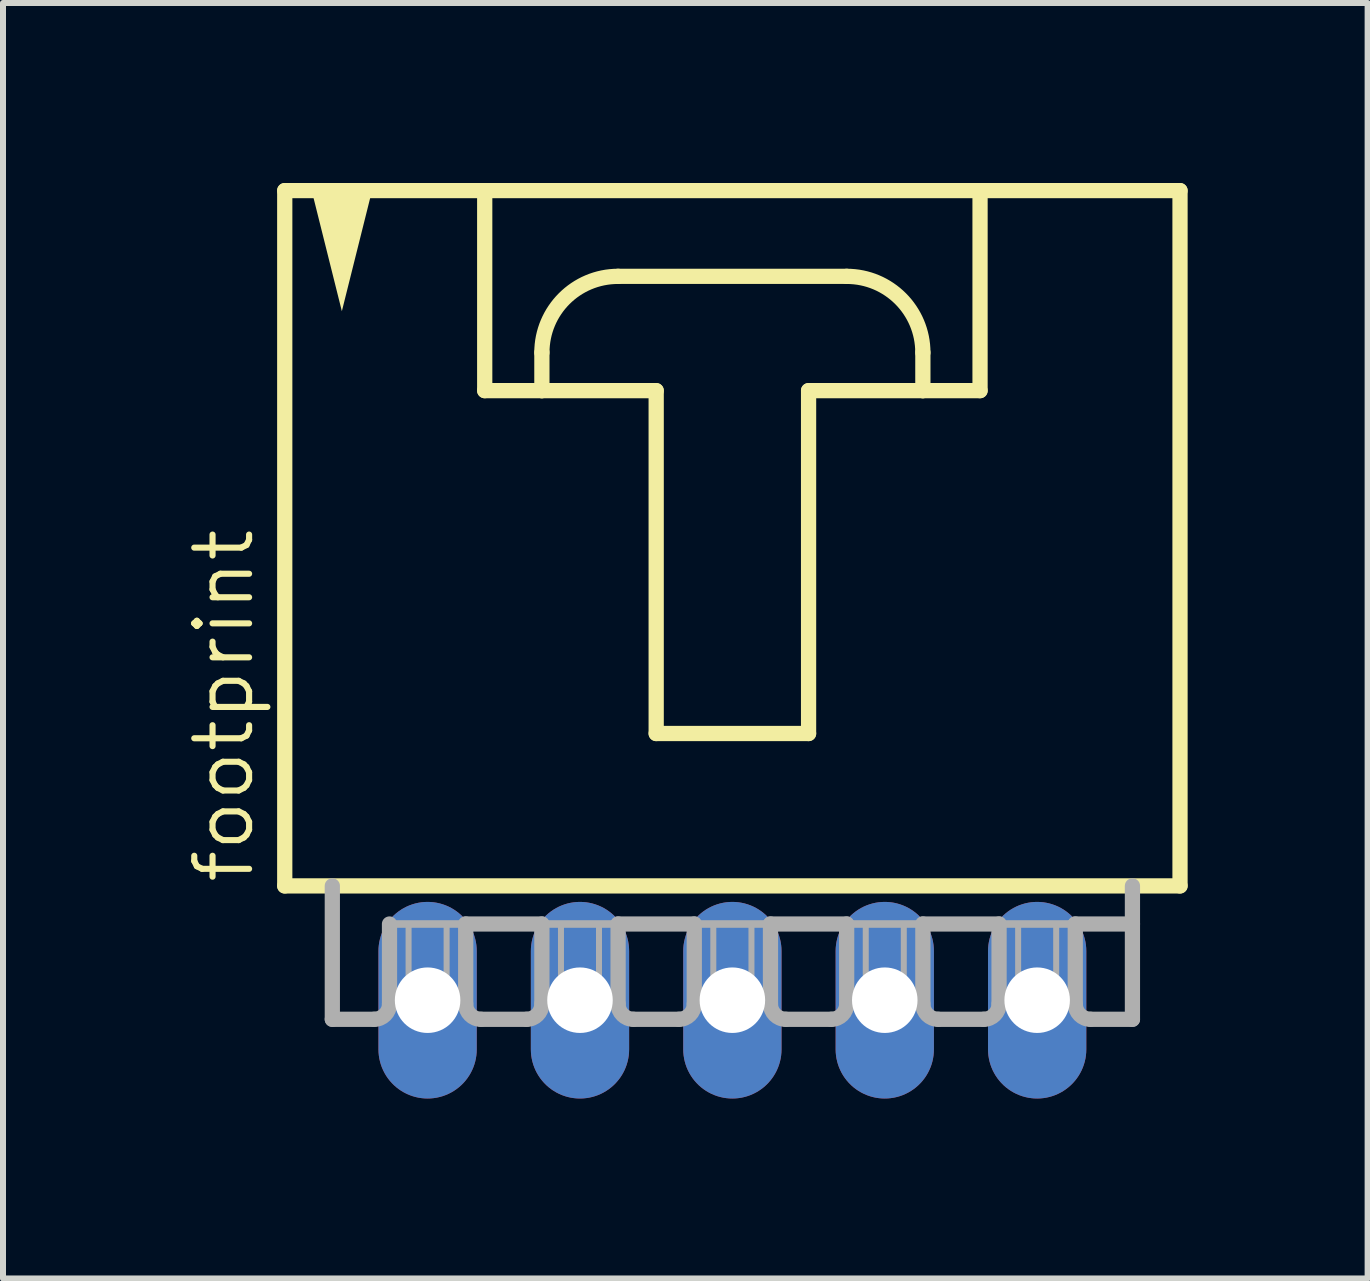
<source format=kicad_pcb>
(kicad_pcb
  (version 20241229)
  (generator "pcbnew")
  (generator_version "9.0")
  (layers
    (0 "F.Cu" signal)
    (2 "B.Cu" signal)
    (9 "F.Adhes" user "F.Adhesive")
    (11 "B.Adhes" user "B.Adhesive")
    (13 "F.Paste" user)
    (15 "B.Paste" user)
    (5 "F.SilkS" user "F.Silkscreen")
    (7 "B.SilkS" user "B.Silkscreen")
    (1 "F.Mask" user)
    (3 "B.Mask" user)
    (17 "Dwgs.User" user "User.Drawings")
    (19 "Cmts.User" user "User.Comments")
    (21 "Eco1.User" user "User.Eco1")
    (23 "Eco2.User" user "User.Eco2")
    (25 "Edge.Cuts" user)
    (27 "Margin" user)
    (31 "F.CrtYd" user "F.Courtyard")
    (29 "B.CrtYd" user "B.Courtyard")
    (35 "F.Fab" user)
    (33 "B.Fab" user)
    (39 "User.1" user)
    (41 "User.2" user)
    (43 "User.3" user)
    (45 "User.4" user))
  (footprint "footprint"
    (layer "F.Cu")
    (at 9.157 6.001)
    (property "Reference" "footprint" (at -7.938 5.715 90) (layer "F.SilkS") (effects (font (size 0.914 0.914) (thickness 0.102)) (justify left bottom)))
    (fp_line (start -7.461 -5.874) (end -7.461 5.715) (stroke (width 0.254) (type solid)) (layer "F.SilkS"))
    (fp_line (start -7.461 5.715) (end 7.461 5.715) (stroke (width 0.254) (type solid)) (layer "F.SilkS"))
    (fp_line (start -4.128 -5.874) (end -4.128 -2.54) (stroke (width 0.254) (type solid)) (layer "F.SilkS"))
    (fp_line (start -4.128 -2.54) (end -3.175 -2.54) (stroke (width 0.254) (type solid)) (layer "F.SilkS"))
    (fp_line (start -3.175 -2.54) (end -3.175 -3.175) (stroke (width 0.254) (type solid)) (layer "F.SilkS"))
    (fp_line (start -3.175 -2.54) (end -1.27 -2.54) (stroke (width 0.254) (type solid)) (layer "F.SilkS"))
    (fp_line (start -1.905 -4.445) (end 1.905 -4.445) (stroke (width 0.254) (type solid)) (layer "F.SilkS"))
    (fp_line (start -1.27 -2.54) (end -1.27 3.175) (stroke (width 0.254) (type solid)) (layer "F.SilkS"))
    (fp_line (start -1.27 3.175) (end 1.27 3.175) (stroke (width 0.254) (type solid)) (layer "F.SilkS"))
    (fp_line (start 1.27 -2.54) (end 3.175 -2.54) (stroke (width 0.254) (type solid)) (layer "F.SilkS"))
    (fp_line (start 1.27 3.175) (end 1.27 -2.54) (stroke (width 0.254) (type solid)) (layer "F.SilkS"))
    (fp_line (start 3.175 -3.175) (end 3.175 -2.54) (stroke (width 0.254) (type solid)) (layer "F.SilkS"))
    (fp_line (start 3.175 -2.54) (end 4.128 -2.54) (stroke (width 0.254) (type solid)) (layer "F.SilkS"))
    (fp_line (start 4.128 -5.874) (end -7.461 -5.874) (stroke (width 0.254) (type solid)) (layer "F.SilkS"))
    (fp_line (start 4.128 -2.54) (end 4.128 -5.874) (stroke (width 0.254) (type solid)) (layer "F.SilkS"))
    (fp_line (start 7.461 -5.874) (end 4.128 -5.874) (stroke (width 0.254) (type solid)) (layer "F.SilkS"))
    (fp_line (start 7.461 5.715) (end 7.461 -5.874) (stroke (width 0.254) (type solid)) (layer "F.SilkS"))
    (fp_arc (start -3.175 -3.175) (mid -2.803026 -4.073026) (end -1.905 -4.445) (stroke (width 0.254) (type solid)) (layer "F.SilkS"))
    (fp_arc (start 1.905 -4.445) (mid 2.803026 -4.073026) (end 3.175 -3.175) (stroke (width 0.254) (type solid)) (layer "F.SilkS"))
    (fp_poly (pts (xy -6.509 -3.864) (xy -7.018 -5.899) (xy -6 -5.899)) (stroke (width 0) (type solid)) (fill yes) (layer "F.SilkS"))
    (fp_line (start -6.668 5.715) (end -6.668 7.938) (stroke (width 0.254) (type solid)) (layer "F.Fab"))
    (fp_line (start -5.969 7.938) (end -6.668 7.938) (stroke (width 0.254) (type solid)) (layer "F.Fab"))
    (fp_line (start -5.715 6.35) (end -5.715 7.684) (stroke (width 0.254) (type solid)) (layer "F.Fab"))
    (fp_line (start -5.715 6.35) (end -4.445 6.35) (stroke (width 0.127) (type solid)) (layer "F.Fab"))
    (fp_line (start -4.445 6.35) (end -4.445 7.684) (stroke (width 0.254) (type solid)) (layer "F.Fab"))
    (fp_line (start -4.445 6.35) (end -3.175 6.35) (stroke (width 0.254) (type solid)) (layer "F.Fab"))
    (fp_line (start -3.429 7.938) (end -4.191 7.938) (stroke (width 0.254) (type solid)) (layer "F.Fab"))
    (fp_line (start -3.175 6.35) (end -3.175 7.684) (stroke (width 0.254) (type solid)) (layer "F.Fab"))
    (fp_line (start -3.175 6.35) (end -1.905 6.35) (stroke (width 0.127) (type solid)) (layer "F.Fab"))
    (fp_line (start -1.905 6.35) (end -1.905 7.684) (stroke (width 0.254) (type solid)) (layer "F.Fab"))
    (fp_line (start -1.905 6.35) (end -0.635 6.35) (stroke (width 0.254) (type solid)) (layer "F.Fab"))
    (fp_line (start -0.889 7.938) (end -1.651 7.938) (stroke (width 0.254) (type solid)) (layer "F.Fab"))
    (fp_line (start -0.635 6.35) (end -0.635 7.684) (stroke (width 0.254) (type solid)) (layer "F.Fab"))
    (fp_line (start -0.635 6.35) (end 0.635 6.35) (stroke (width 0.127) (type solid)) (layer "F.Fab"))
    (fp_line (start 0.635 6.35) (end 0.635 7.684) (stroke (width 0.254) (type solid)) (layer "F.Fab"))
    (fp_line (start 0.635 6.35) (end 1.905 6.35) (stroke (width 0.254) (type solid)) (layer "F.Fab"))
    (fp_line (start 1.651 7.938) (end 0.889 7.938) (stroke (width 0.254) (type solid)) (layer "F.Fab"))
    (fp_line (start 1.905 6.35) (end 1.905 7.684) (stroke (width 0.254) (type solid)) (layer "F.Fab"))
    (fp_line (start 1.905 6.35) (end 3.175 6.35) (stroke (width 0.127) (type solid)) (layer "F.Fab"))
    (fp_line (start 3.175 6.35) (end 3.175 7.684) (stroke (width 0.254) (type solid)) (layer "F.Fab"))
    (fp_line (start 3.175 6.35) (end 4.445 6.35) (stroke (width 0.254) (type solid)) (layer "F.Fab"))
    (fp_line (start 4.191 7.938) (end 3.429 7.938) (stroke (width 0.254) (type solid)) (layer "F.Fab"))
    (fp_line (start 4.445 6.35) (end 4.445 7.684) (stroke (width 0.254) (type solid)) (layer "F.Fab"))
    (fp_line (start 4.445 6.35) (end 5.715 6.35) (stroke (width 0.127) (type solid)) (layer "F.Fab"))
    (fp_line (start 5.715 6.35) (end 5.715 7.684) (stroke (width 0.254) (type solid)) (layer "F.Fab"))
    (fp_line (start 5.715 6.35) (end 6.668 6.35) (stroke (width 0.254) (type solid)) (layer "F.Fab"))
    (fp_line (start 5.969 7.938) (end 6.668 7.938) (stroke (width 0.254) (type solid)) (layer "F.Fab"))
    (fp_line (start 6.668 6.35) (end 6.668 5.715) (stroke (width 0.254) (type solid)) (layer "F.Fab"))
    (fp_line (start 6.668 7.938) (end 6.668 6.35) (stroke (width 0.254) (type solid)) (layer "F.Fab"))
    (fp_arc (start -5.715 7.6835) (mid -5.789395 7.863105) (end -5.969 7.9375) (stroke (width 0.254) (type solid)) (layer "F.Fab"))
    (fp_arc (start -4.191 7.9375) (mid -4.370605 7.863105) (end -4.445 7.6835) (stroke (width 0.254) (type solid)) (layer "F.Fab"))
    (fp_arc (start -3.175 7.6835) (mid -3.249395 7.863105) (end -3.429 7.9375) (stroke (width 0.254) (type solid)) (layer "F.Fab"))
    (fp_arc (start -1.651 7.9375) (mid -1.830605 7.863105) (end -1.905 7.6835) (stroke (width 0.254) (type solid)) (layer "F.Fab"))
    (fp_arc (start -0.635 7.6835) (mid -0.709395 7.863105) (end -0.889 7.9375) (stroke (width 0.254) (type solid)) (layer "F.Fab"))
    (fp_arc (start 0.889 7.9375) (mid 0.709395 7.863105) (end 0.635 7.6835) (stroke (width 0.254) (type solid)) (layer "F.Fab"))
    (fp_arc (start 1.905 7.6835) (mid 1.830605 7.863105) (end 1.651 7.9375) (stroke (width 0.254) (type solid)) (layer "F.Fab"))
    (fp_arc (start 3.429 7.9375) (mid 3.249395 7.863105) (end 3.175 7.6835) (stroke (width 0.254) (type solid)) (layer "F.Fab"))
    (fp_arc (start 4.445 7.6835) (mid 4.370605 7.863105) (end 4.191 7.9375) (stroke (width 0.254) (type solid)) (layer "F.Fab"))
    (fp_arc (start 5.969 7.9375) (mid 5.789395 7.863105) (end 5.715 7.6835) (stroke (width 0.254) (type solid)) (layer "F.Fab"))
    (fp_poly (pts (xy -5.397 7.62) (xy -4.763 7.62) (xy -4.763 6.35) (xy -5.397 6.35)) (stroke (width 0.1) (type solid)) (fill no) (layer "F.Fab"))
    (fp_poly (pts (xy -2.857 7.62) (xy -2.223 7.62) (xy -2.223 6.35) (xy -2.857 6.35)) (stroke (width 0.1) (type solid)) (fill no) (layer "F.Fab"))
    (fp_poly (pts (xy -0.318 7.62) (xy 0.318 7.62) (xy 0.318 6.35) (xy -0.318 6.35)) (stroke (width 0.1) (type solid)) (fill no) (layer "F.Fab"))
    (fp_poly (pts (xy 2.223 7.62) (xy 2.857 7.62) (xy 2.857 6.35) (xy 2.223 6.35)) (stroke (width 0.1) (type solid)) (fill no) (layer "F.Fab"))
    (fp_poly (pts (xy 4.763 7.62) (xy 5.397 7.62) (xy 5.397 6.35) (xy 4.763 6.35)) (stroke (width 0.1) (type solid)) (fill no) (layer "F.Fab"))
    (pad "1" thru_hole oval (at -5.08 7.62 90) (size 3.277 1.638) (drill 1.092) (layers "*.Cu" "*.Mask"))
    (pad "2" thru_hole oval (at -2.54 7.62 90) (size 3.277 1.638) (drill 1.092) (layers "*.Cu" "*.Mask"))
    (pad "3" thru_hole oval (at 0 7.62 90) (size 3.277 1.638) (drill 1.092) (layers "*.Cu" "*.Mask"))
    (pad "4" thru_hole oval (at 2.54 7.62 90) (size 3.277 1.638) (drill 1.092) (layers "*.Cu" "*.Mask"))
    (pad "5" thru_hole oval (at 5.08 7.62 90) (size 3.277 1.638) (drill 1.092) (layers "*.Cu" "*.Mask")))
  (gr_rect
    (start -3 -3)
    (end 19.745 18.259)
    (stroke (width 0.1) (type default))
    (fill no)
    (layer "Edge.Cuts")))
</source>
